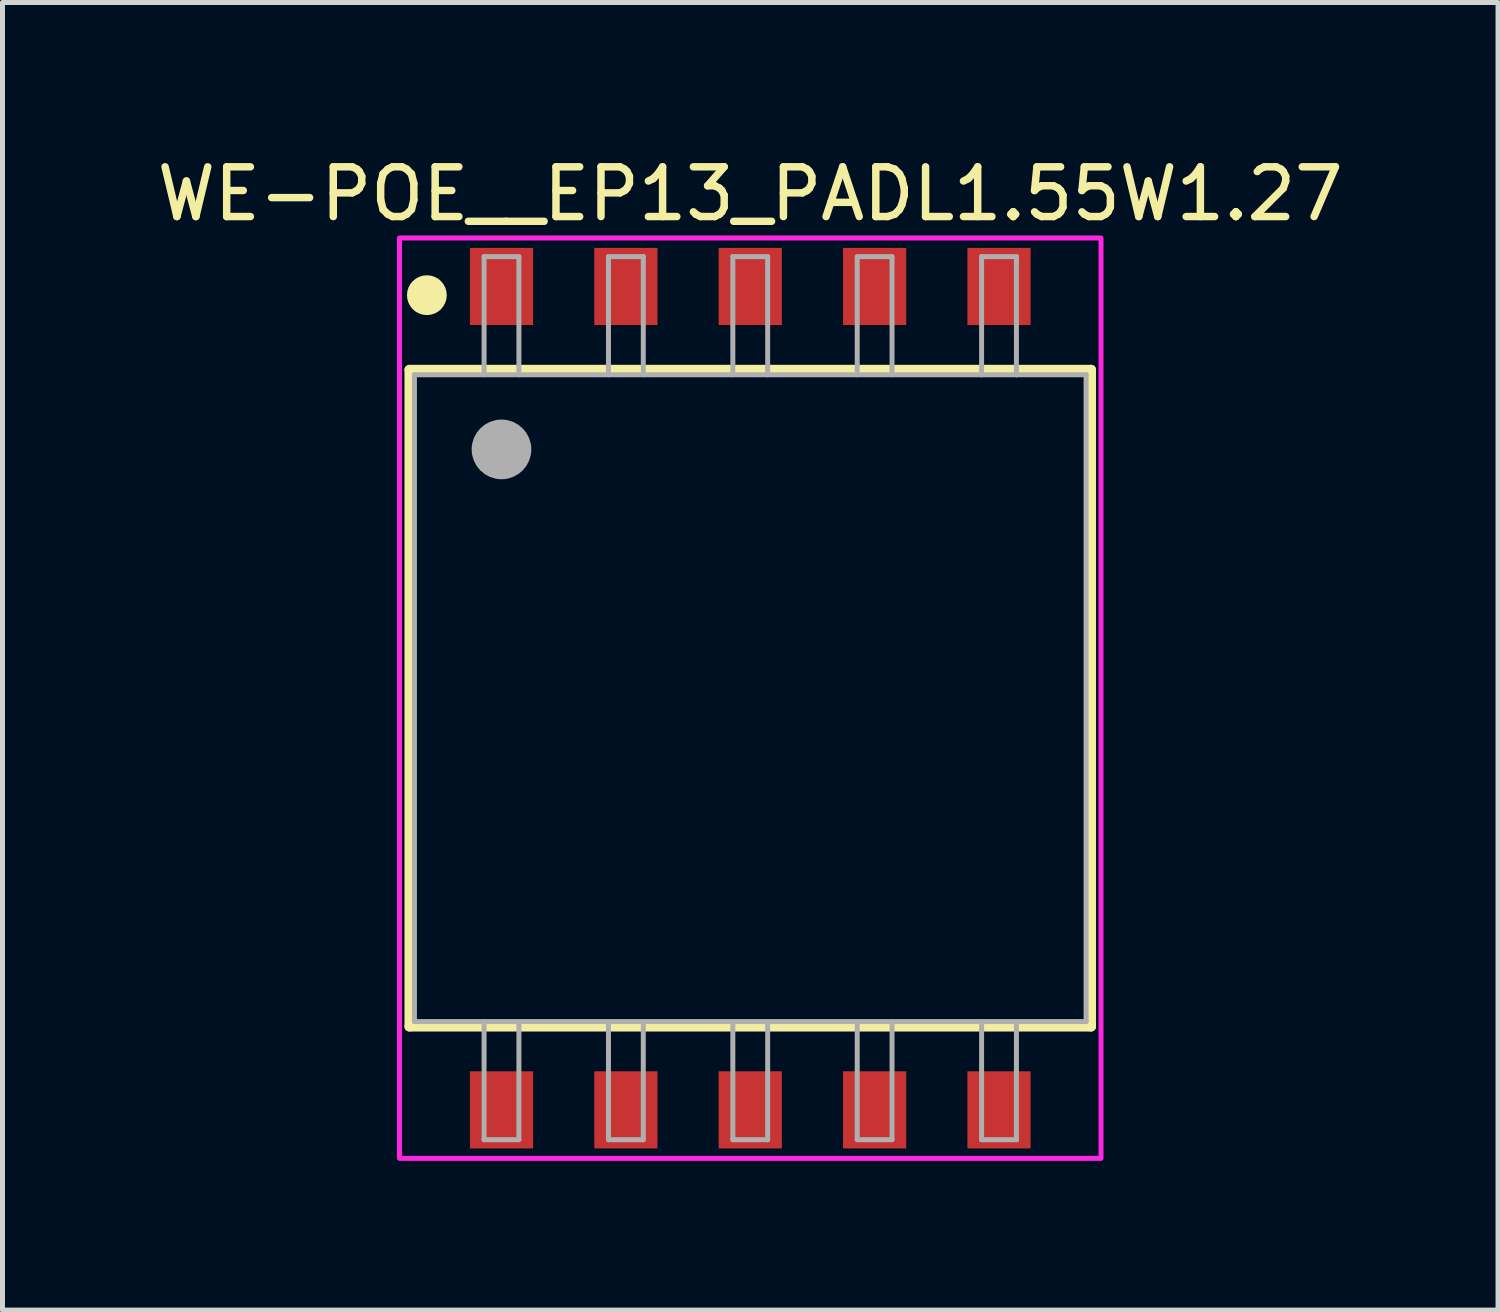
<source format=kicad_pcb>
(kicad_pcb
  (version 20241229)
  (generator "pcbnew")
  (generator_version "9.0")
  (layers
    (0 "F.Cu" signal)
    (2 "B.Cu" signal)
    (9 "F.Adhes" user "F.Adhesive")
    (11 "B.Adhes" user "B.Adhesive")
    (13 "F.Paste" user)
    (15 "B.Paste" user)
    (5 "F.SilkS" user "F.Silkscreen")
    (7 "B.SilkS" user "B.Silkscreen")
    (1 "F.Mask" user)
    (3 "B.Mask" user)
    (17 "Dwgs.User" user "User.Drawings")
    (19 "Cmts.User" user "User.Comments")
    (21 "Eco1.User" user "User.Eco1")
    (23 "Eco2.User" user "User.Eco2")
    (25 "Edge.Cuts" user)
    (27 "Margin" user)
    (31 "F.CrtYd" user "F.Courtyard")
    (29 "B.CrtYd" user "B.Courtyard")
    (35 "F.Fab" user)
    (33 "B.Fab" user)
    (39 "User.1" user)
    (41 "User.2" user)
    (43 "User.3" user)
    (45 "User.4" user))
  (footprint "WE-POE__EP13_PADL1.55W1.27"
    (layer "F.Cu")
    (at 12.03 10.983)
    (property "Reference" "WE-POE__EP13_PADL1.55W1.27" (at 0 -10.135 0) (layer "F.SilkS") (effects (font (size 1 1) (thickness 0.15))))
    (attr smd)
    (fp_line (start -6.85 -6.6) (end 6.85 -6.6) (stroke (width 0.2) (type solid)) (layer "F.SilkS"))
    (fp_line (start -6.85 6.6) (end -6.85 -6.6) (stroke (width 0.2) (type solid)) (layer "F.SilkS"))
    (fp_line (start 6.85 -6.6) (end 6.85 6.6) (stroke (width 0.2) (type solid)) (layer "F.SilkS"))
    (fp_line (start 6.85 6.6) (end -6.85 6.6) (stroke (width 0.2) (type solid)) (layer "F.SilkS"))
    (fp_circle (center -6.5 -8.1) (end -6.3 -8.1) (stroke (width 0.4) (type solid)) (fill no) (layer "F.SilkS"))
    (fp_poly (pts (xy 7.05 -9.25) (xy 7.05 9.25) (xy -7.05 9.25) (xy -7.05 -9.25)) (stroke (width 0.1) (type solid)) (fill no) (layer "F.CrtYd"))
    (fp_line (start -6.75 -6.5) (end -6.75 6.5) (stroke (width 0.1) (type solid)) (layer "F.Fab"))
    (fp_line (start -5.35 -8.875) (end -5.35 -6.5) (stroke (width 0.1) (type solid)) (layer "F.Fab"))
    (fp_line (start -5.35 6.5) (end -5.35 8.875) (stroke (width 0.1) (type solid)) (layer "F.Fab"))
    (fp_line (start -5.35 8.875) (end -4.65 8.875) (stroke (width 0.1) (type solid)) (layer "F.Fab"))
    (fp_line (start -4.65 -8.875) (end -5.35 -8.875) (stroke (width 0.1) (type solid)) (layer "F.Fab"))
    (fp_line (start -4.65 -6.5) (end -4.65 -8.875) (stroke (width 0.1) (type solid)) (layer "F.Fab"))
    (fp_line (start -4.65 8.875) (end -4.65 6.5) (stroke (width 0.1) (type solid)) (layer "F.Fab"))
    (fp_line (start -2.85 -8.875) (end -2.85 -6.5) (stroke (width 0.1) (type solid)) (layer "F.Fab"))
    (fp_line (start -2.85 6.5) (end -2.85 8.875) (stroke (width 0.1) (type solid)) (layer "F.Fab"))
    (fp_line (start -2.85 8.875) (end -2.15 8.875) (stroke (width 0.1) (type solid)) (layer "F.Fab"))
    (fp_line (start -2.15 -8.875) (end -2.85 -8.875) (stroke (width 0.1) (type solid)) (layer "F.Fab"))
    (fp_line (start -2.15 -6.5) (end -2.15 -8.875) (stroke (width 0.1) (type solid)) (layer "F.Fab"))
    (fp_line (start -2.15 8.875) (end -2.15 6.5) (stroke (width 0.1) (type solid)) (layer "F.Fab"))
    (fp_line (start -0.35 -8.875) (end -0.35 -6.5) (stroke (width 0.1) (type solid)) (layer "F.Fab"))
    (fp_line (start -0.35 6.5) (end -0.35 8.875) (stroke (width 0.1) (type solid)) (layer "F.Fab"))
    (fp_line (start -0.35 8.875) (end 0.35 8.875) (stroke (width 0.1) (type solid)) (layer "F.Fab"))
    (fp_line (start 0.35 -8.875) (end -0.35 -8.875) (stroke (width 0.1) (type solid)) (layer "F.Fab"))
    (fp_line (start 0.35 -6.5) (end 0.35 -8.875) (stroke (width 0.1) (type solid)) (layer "F.Fab"))
    (fp_line (start 0.35 8.875) (end 0.35 6.5) (stroke (width 0.1) (type solid)) (layer "F.Fab"))
    (fp_line (start 2.15 -8.875) (end 2.15 -6.5) (stroke (width 0.1) (type solid)) (layer "F.Fab"))
    (fp_line (start 2.15 6.5) (end 2.15 8.875) (stroke (width 0.1) (type solid)) (layer "F.Fab"))
    (fp_line (start 2.15 8.875) (end 2.85 8.875) (stroke (width 0.1) (type solid)) (layer "F.Fab"))
    (fp_line (start 2.85 -8.875) (end 2.15 -8.875) (stroke (width 0.1) (type solid)) (layer "F.Fab"))
    (fp_line (start 2.85 -6.5) (end 2.85 -8.875) (stroke (width 0.1) (type solid)) (layer "F.Fab"))
    (fp_line (start 2.85 8.875) (end 2.85 6.5) (stroke (width 0.1) (type solid)) (layer "F.Fab"))
    (fp_line (start 4.65 -8.875) (end 4.65 -6.5) (stroke (width 0.1) (type solid)) (layer "F.Fab"))
    (fp_line (start 4.65 -6.5) (end -6.75 -6.5) (stroke (width 0.1) (type solid)) (layer "F.Fab"))
    (fp_line (start 4.65 6.5) (end 4.65 8.875) (stroke (width 0.1) (type solid)) (layer "F.Fab"))
    (fp_line (start 4.65 8.875) (end 5.35 8.875) (stroke (width 0.1) (type solid)) (layer "F.Fab"))
    (fp_line (start 5.35 -8.875) (end 4.65 -8.875) (stroke (width 0.1) (type solid)) (layer "F.Fab"))
    (fp_line (start 5.35 -6.5) (end 4.65 -6.5) (stroke (width 0.1) (type solid)) (layer "F.Fab"))
    (fp_line (start 5.35 -6.5) (end 5.35 -8.875) (stroke (width 0.1) (type solid)) (layer "F.Fab"))
    (fp_line (start 5.35 8.875) (end 5.35 6.5) (stroke (width 0.1) (type solid)) (layer "F.Fab"))
    (fp_line (start 6.75 -6.5) (end 5.35 -6.5) (stroke (width 0.1) (type solid)) (layer "F.Fab"))
    (fp_line (start 6.75 -6.5) (end 6.75 6.5) (stroke (width 0.1) (type solid)) (layer "F.Fab"))
    (fp_line (start 6.75 6.5) (end -6.75 6.5) (stroke (width 0.1) (type solid)) (layer "F.Fab"))
    (fp_circle (center -5 -5) (end -4.7 -5) (stroke (width 0.6) (type solid)) (fill no) (layer "F.Fab"))
    (pad "1" smd rect (at -5 -8.275) (size 1.27 1.55) (layers "F.Cu" "F.Mask" "F.Paste"))
    (pad "2" smd rect (at -2.5 -8.275) (size 1.27 1.55) (layers "F.Cu" "F.Mask" "F.Paste"))
    (pad "3" smd rect (at 0 -8.275) (size 1.27 1.55) (layers "F.Cu" "F.Mask" "F.Paste"))
    (pad "4" smd rect (at 2.5 -8.275) (size 1.27 1.55) (layers "F.Cu" "F.Mask" "F.Paste"))
    (pad "5" smd rect (at 5 -8.275) (size 1.27 1.55) (layers "F.Cu" "F.Mask" "F.Paste"))
    (pad "6" smd rect (at 5 8.275) (size 1.27 1.55) (layers "F.Cu" "F.Mask" "F.Paste"))
    (pad "7" smd rect (at 2.5 8.275) (size 1.27 1.55) (layers "F.Cu" "F.Mask" "F.Paste"))
    (pad "8" smd rect (at 0 8.275) (size 1.27 1.55) (layers "F.Cu" "F.Mask" "F.Paste"))
    (pad "9" smd rect (at -2.5 8.275) (size 1.27 1.55) (layers "F.Cu" "F.Mask" "F.Paste"))
    (pad "10" smd rect (at -5 8.275) (size 1.27 1.55) (layers "F.Cu" "F.Mask" "F.Paste")))
  (gr_rect
    (start -3 -3)
    (end 27.06 23.283)
    (stroke (width 0.1) (type default))
    (fill no)
    (layer "Edge.Cuts")))
</source>
